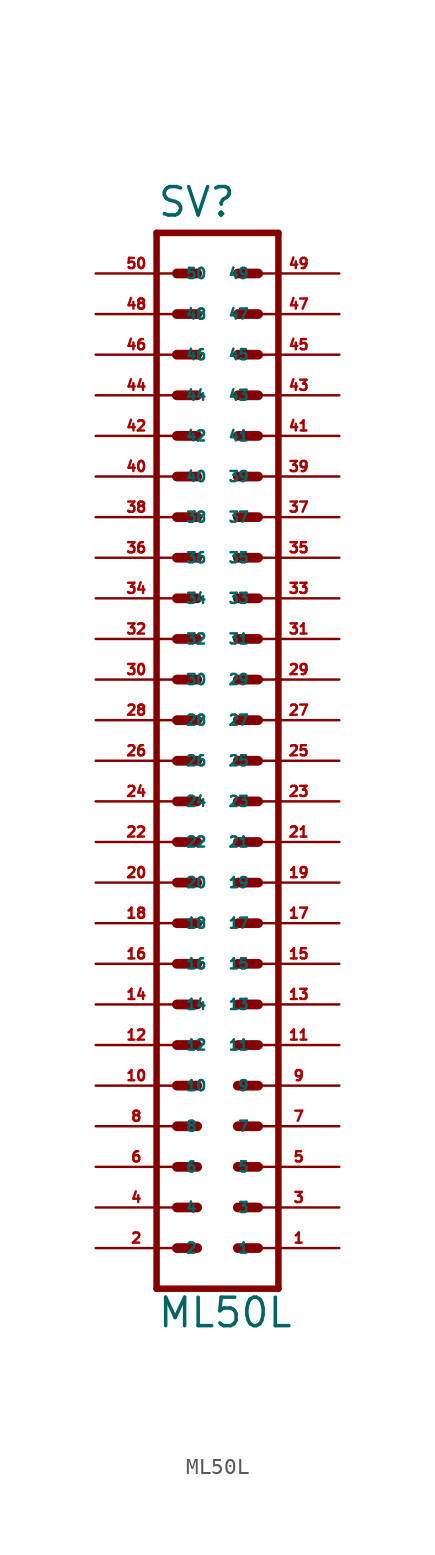
<source format=kicad_sym>
(kicad_symbol_lib
  (version 20220914)
  (generator Eagle2Kicad)
  (symbol "ML50L"
    (property "Reference" "SV"
      (at -3.81 33.909 0)
      (effects (font (size 1.778 1.778) (thickness 0.22)) (justify left bottom)))
    (property "Value" "ML50L"
      (at -3.81 -35.56 0)
      (effects (font (size 1.778 1.778) (thickness 0.22)) (justify left bottom)))
    (polyline
      (pts (xy 3.81 -33.02) (xy -3.81 -33.02))
      (stroke (width 0.406) (type default))
      (fill (type none)))
    (polyline
      (pts (xy -3.81 33.02) (xy -3.81 -33.02))
      (stroke (width 0.406) (type default))
      (fill (type none)))
    (polyline
      (pts (xy -3.81 33.02) (xy 3.81 33.02))
      (stroke (width 0.406) (type default))
      (fill (type none)))
    (polyline
      (pts (xy 3.81 -33.02) (xy 3.81 33.02))
      (stroke (width 0.406) (type default))
      (fill (type none)))
    (polyline
      (pts (xy 1.27 -20.32) (xy 2.54 -20.32))
      (stroke (width 0.61) (type default))
      (fill (type none)))
    (polyline
      (pts (xy 1.27 -22.86) (xy 2.54 -22.86))
      (stroke (width 0.61) (type default))
      (fill (type none)))
    (polyline
      (pts (xy 1.27 -25.4) (xy 2.54 -25.4))
      (stroke (width 0.61) (type default))
      (fill (type none)))
    (polyline
      (pts (xy 1.27 -27.94) (xy 2.54 -27.94))
      (stroke (width 0.61) (type default))
      (fill (type none)))
    (polyline
      (pts (xy 1.27 -30.48) (xy 2.54 -30.48))
      (stroke (width 0.61) (type default))
      (fill (type none)))
    (polyline
      (pts (xy -2.54 -20.32) (xy -1.27 -20.32))
      (stroke (width 0.61) (type default))
      (fill (type none)))
    (polyline
      (pts (xy -2.54 -22.86) (xy -1.27 -22.86))
      (stroke (width 0.61) (type default))
      (fill (type none)))
    (polyline
      (pts (xy -2.54 -25.4) (xy -1.27 -25.4))
      (stroke (width 0.61) (type default))
      (fill (type none)))
    (polyline
      (pts (xy -2.54 -27.94) (xy -1.27 -27.94))
      (stroke (width 0.61) (type default))
      (fill (type none)))
    (polyline
      (pts (xy -2.54 -30.48) (xy -1.27 -30.48))
      (stroke (width 0.61) (type default))
      (fill (type none)))
    (polyline
      (pts (xy 1.27 -17.78) (xy 2.54 -17.78))
      (stroke (width 0.61) (type default))
      (fill (type none)))
    (polyline
      (pts (xy 1.27 -15.24) (xy 2.54 -15.24))
      (stroke (width 0.61) (type default))
      (fill (type none)))
    (polyline
      (pts (xy 1.27 -12.7) (xy 2.54 -12.7))
      (stroke (width 0.61) (type default))
      (fill (type none)))
    (polyline
      (pts (xy 1.27 -10.16) (xy 2.54 -10.16))
      (stroke (width 0.61) (type default))
      (fill (type none)))
    (polyline
      (pts (xy 1.27 -7.62) (xy 2.54 -7.62))
      (stroke (width 0.61) (type default))
      (fill (type none)))
    (polyline
      (pts (xy -2.54 -17.78) (xy -1.27 -17.78))
      (stroke (width 0.61) (type default))
      (fill (type none)))
    (polyline
      (pts (xy -2.54 -15.24) (xy -1.27 -15.24))
      (stroke (width 0.61) (type default))
      (fill (type none)))
    (polyline
      (pts (xy -2.54 -12.7) (xy -1.27 -12.7))
      (stroke (width 0.61) (type default))
      (fill (type none)))
    (polyline
      (pts (xy -2.54 -10.16) (xy -1.27 -10.16))
      (stroke (width 0.61) (type default))
      (fill (type none)))
    (polyline
      (pts (xy -2.54 -7.62) (xy -1.27 -7.62))
      (stroke (width 0.61) (type default))
      (fill (type none)))
    (polyline
      (pts (xy 1.27 -5.08) (xy 2.54 -5.08))
      (stroke (width 0.61) (type default))
      (fill (type none)))
    (polyline
      (pts (xy 1.27 -2.54) (xy 2.54 -2.54))
      (stroke (width 0.61) (type default))
      (fill (type none)))
    (polyline
      (pts (xy 1.27 0) (xy 2.54 0))
      (stroke (width 0.61) (type default))
      (fill (type none)))
    (polyline
      (pts (xy -2.54 -5.08) (xy -1.27 -5.08))
      (stroke (width 0.61) (type default))
      (fill (type none)))
    (polyline
      (pts (xy -2.54 -2.54) (xy -1.27 -2.54))
      (stroke (width 0.61) (type default))
      (fill (type none)))
    (polyline
      (pts (xy -2.54 0) (xy -1.27 0))
      (stroke (width 0.61) (type default))
      (fill (type none)))
    (polyline
      (pts (xy 1.27 2.54) (xy 2.54 2.54))
      (stroke (width 0.61) (type default))
      (fill (type none)))
    (polyline
      (pts (xy 1.27 5.08) (xy 2.54 5.08))
      (stroke (width 0.61) (type default))
      (fill (type none)))
    (polyline
      (pts (xy 1.27 7.62) (xy 2.54 7.62))
      (stroke (width 0.61) (type default))
      (fill (type none)))
    (polyline
      (pts (xy 1.27 10.16) (xy 2.54 10.16))
      (stroke (width 0.61) (type default))
      (fill (type none)))
    (polyline
      (pts (xy 1.27 12.7) (xy 2.54 12.7))
      (stroke (width 0.61) (type default))
      (fill (type none)))
    (polyline
      (pts (xy 1.27 15.24) (xy 2.54 15.24))
      (stroke (width 0.61) (type default))
      (fill (type none)))
    (polyline
      (pts (xy 1.27 17.78) (xy 2.54 17.78))
      (stroke (width 0.61) (type default))
      (fill (type none)))
    (polyline
      (pts (xy -2.54 2.54) (xy -1.27 2.54))
      (stroke (width 0.61) (type default))
      (fill (type none)))
    (polyline
      (pts (xy -2.54 5.08) (xy -1.27 5.08))
      (stroke (width 0.61) (type default))
      (fill (type none)))
    (polyline
      (pts (xy -2.54 7.62) (xy -1.27 7.62))
      (stroke (width 0.61) (type default))
      (fill (type none)))
    (polyline
      (pts (xy -2.54 10.16) (xy -1.27 10.16))
      (stroke (width 0.61) (type default))
      (fill (type none)))
    (polyline
      (pts (xy -2.54 12.7) (xy -1.27 12.7))
      (stroke (width 0.61) (type default))
      (fill (type none)))
    (polyline
      (pts (xy -2.54 15.24) (xy -1.27 15.24))
      (stroke (width 0.61) (type default))
      (fill (type none)))
    (polyline
      (pts (xy -2.54 17.78) (xy -1.27 17.78))
      (stroke (width 0.61) (type default))
      (fill (type none)))
    (polyline
      (pts (xy -2.54 20.32) (xy -1.27 20.32))
      (stroke (width 0.61) (type default))
      (fill (type none)))
    (polyline
      (pts (xy -2.54 22.86) (xy -1.27 22.86))
      (stroke (width 0.61) (type default))
      (fill (type none)))
    (polyline
      (pts (xy -2.54 25.4) (xy -1.27 25.4))
      (stroke (width 0.61) (type default))
      (fill (type none)))
    (polyline
      (pts (xy 1.27 20.32) (xy 2.54 20.32))
      (stroke (width 0.61) (type default))
      (fill (type none)))
    (polyline
      (pts (xy 1.27 22.86) (xy 2.54 22.86))
      (stroke (width 0.61) (type default))
      (fill (type none)))
    (polyline
      (pts (xy 1.27 25.4) (xy 2.54 25.4))
      (stroke (width 0.61) (type default))
      (fill (type none)))
    (polyline
      (pts (xy -2.54 27.94) (xy -1.27 27.94))
      (stroke (width 0.61) (type default))
      (fill (type none)))
    (polyline
      (pts (xy -2.54 30.48) (xy -1.27 30.48))
      (stroke (width 0.61) (type default))
      (fill (type none)))
    (polyline
      (pts (xy 1.27 27.94) (xy 2.54 27.94))
      (stroke (width 0.61) (type default))
      (fill (type none)))
    (polyline
      (pts (xy 1.27 30.48) (xy 2.54 30.48))
      (stroke (width 0.61) (type default))
      (fill (type none)))
    (pin passive line
      (at 7.62 -30.48 180)
      (length 5.08)
      (name "1" (effects (font (size 0.635 0.635) (thickness 0.08)) (justify left bottom)))
      (number "1" (effects (font (size 0.635 0.635) (thickness 0.08)) (justify left bottom))))
    (pin passive line
      (at 7.62 -27.94 180)
      (length 5.08)
      (name "3" (effects (font (size 0.635 0.635) (thickness 0.08)) (justify left bottom)))
      (number "3" (effects (font (size 0.635 0.635) (thickness 0.08)) (justify left bottom))))
    (pin passive line
      (at 7.62 -25.4 180)
      (length 5.08)
      (name "5" (effects (font (size 0.635 0.635) (thickness 0.08)) (justify left bottom)))
      (number "5" (effects (font (size 0.635 0.635) (thickness 0.08)) (justify left bottom))))
    (pin passive line
      (at 7.62 -22.86 180)
      (length 5.08)
      (name "7" (effects (font (size 0.635 0.635) (thickness 0.08)) (justify left bottom)))
      (number "7" (effects (font (size 0.635 0.635) (thickness 0.08)) (justify left bottom))))
    (pin passive line
      (at 7.62 -20.32 180)
      (length 5.08)
      (name "9" (effects (font (size 0.635 0.635) (thickness 0.08)) (justify left bottom)))
      (number "9" (effects (font (size 0.635 0.635) (thickness 0.08)) (justify left bottom))))
    (pin passive line
      (at 7.62 -17.78 180)
      (length 5.08)
      (name "11" (effects (font (size 0.635 0.635) (thickness 0.08)) (justify left bottom)))
      (number "11" (effects (font (size 0.635 0.635) (thickness 0.08)) (justify left bottom))))
    (pin passive line
      (at 7.62 -15.24 180)
      (length 5.08)
      (name "13" (effects (font (size 0.635 0.635) (thickness 0.08)) (justify left bottom)))
      (number "13" (effects (font (size 0.635 0.635) (thickness 0.08)) (justify left bottom))))
    (pin passive line
      (at 7.62 -12.7 180)
      (length 5.08)
      (name "15" (effects (font (size 0.635 0.635) (thickness 0.08)) (justify left bottom)))
      (number "15" (effects (font (size 0.635 0.635) (thickness 0.08)) (justify left bottom))))
    (pin passive line
      (at 7.62 -10.16 180)
      (length 5.08)
      (name "17" (effects (font (size 0.635 0.635) (thickness 0.08)) (justify left bottom)))
      (number "17" (effects (font (size 0.635 0.635) (thickness 0.08)) (justify left bottom))))
    (pin passive line
      (at 7.62 -7.62 180)
      (length 5.08)
      (name "19" (effects (font (size 0.635 0.635) (thickness 0.08)) (justify left bottom)))
      (number "19" (effects (font (size 0.635 0.635) (thickness 0.08)) (justify left bottom))))
    (pin passive line
      (at 7.62 -5.08 180)
      (length 5.08)
      (name "21" (effects (font (size 0.635 0.635) (thickness 0.08)) (justify left bottom)))
      (number "21" (effects (font (size 0.635 0.635) (thickness 0.08)) (justify left bottom))))
    (pin passive line
      (at 7.62 -2.54 180)
      (length 5.08)
      (name "23" (effects (font (size 0.635 0.635) (thickness 0.08)) (justify left bottom)))
      (number "23" (effects (font (size 0.635 0.635) (thickness 0.08)) (justify left bottom))))
    (pin passive line
      (at 7.62 0 180)
      (length 5.08)
      (name "25" (effects (font (size 0.635 0.635) (thickness 0.08)) (justify left bottom)))
      (number "25" (effects (font (size 0.635 0.635) (thickness 0.08)) (justify left bottom))))
    (pin passive line
      (at 7.62 2.54 180)
      (length 5.08)
      (name "27" (effects (font (size 0.635 0.635) (thickness 0.08)) (justify left bottom)))
      (number "27" (effects (font (size 0.635 0.635) (thickness 0.08)) (justify left bottom))))
    (pin passive line
      (at 7.62 5.08 180)
      (length 5.08)
      (name "29" (effects (font (size 0.635 0.635) (thickness 0.08)) (justify left bottom)))
      (number "29" (effects (font (size 0.635 0.635) (thickness 0.08)) (justify left bottom))))
    (pin passive line
      (at 7.62 7.62 180)
      (length 5.08)
      (name "31" (effects (font (size 0.635 0.635) (thickness 0.08)) (justify left bottom)))
      (number "31" (effects (font (size 0.635 0.635) (thickness 0.08)) (justify left bottom))))
    (pin passive line
      (at 7.62 10.16 180)
      (length 5.08)
      (name "33" (effects (font (size 0.635 0.635) (thickness 0.08)) (justify left bottom)))
      (number "33" (effects (font (size 0.635 0.635) (thickness 0.08)) (justify left bottom))))
    (pin passive line
      (at 7.62 12.7 180)
      (length 5.08)
      (name "35" (effects (font (size 0.635 0.635) (thickness 0.08)) (justify left bottom)))
      (number "35" (effects (font (size 0.635 0.635) (thickness 0.08)) (justify left bottom))))
    (pin passive line
      (at 7.62 15.24 180)
      (length 5.08)
      (name "37" (effects (font (size 0.635 0.635) (thickness 0.08)) (justify left bottom)))
      (number "37" (effects (font (size 0.635 0.635) (thickness 0.08)) (justify left bottom))))
    (pin passive line
      (at 7.62 17.78 180)
      (length 5.08)
      (name "39" (effects (font (size 0.635 0.635) (thickness 0.08)) (justify left bottom)))
      (number "39" (effects (font (size 0.635 0.635) (thickness 0.08)) (justify left bottom))))
    (pin passive line
      (at -7.62 -30.48 0)
      (length 5.08)
      (name "2" (effects (font (size 0.635 0.635) (thickness 0.08)) (justify left bottom)))
      (number "2" (effects (font (size 0.635 0.635) (thickness 0.08)) (justify left bottom))))
    (pin passive line
      (at -7.62 -27.94 0)
      (length 5.08)
      (name "4" (effects (font (size 0.635 0.635) (thickness 0.08)) (justify left bottom)))
      (number "4" (effects (font (size 0.635 0.635) (thickness 0.08)) (justify left bottom))))
    (pin passive line
      (at -7.62 -25.4 0)
      (length 5.08)
      (name "6" (effects (font (size 0.635 0.635) (thickness 0.08)) (justify left bottom)))
      (number "6" (effects (font (size 0.635 0.635) (thickness 0.08)) (justify left bottom))))
    (pin passive line
      (at -7.62 -22.86 0)
      (length 5.08)
      (name "8" (effects (font (size 0.635 0.635) (thickness 0.08)) (justify left bottom)))
      (number "8" (effects (font (size 0.635 0.635) (thickness 0.08)) (justify left bottom))))
    (pin passive line
      (at -7.62 -20.32 0)
      (length 5.08)
      (name "10" (effects (font (size 0.635 0.635) (thickness 0.08)) (justify left bottom)))
      (number "10" (effects (font (size 0.635 0.635) (thickness 0.08)) (justify left bottom))))
    (pin passive line
      (at -7.62 -17.78 0)
      (length 5.08)
      (name "12" (effects (font (size 0.635 0.635) (thickness 0.08)) (justify left bottom)))
      (number "12" (effects (font (size 0.635 0.635) (thickness 0.08)) (justify left bottom))))
    (pin passive line
      (at -7.62 -15.24 0)
      (length 5.08)
      (name "14" (effects (font (size 0.635 0.635) (thickness 0.08)) (justify left bottom)))
      (number "14" (effects (font (size 0.635 0.635) (thickness 0.08)) (justify left bottom))))
    (pin passive line
      (at -7.62 -12.7 0)
      (length 5.08)
      (name "16" (effects (font (size 0.635 0.635) (thickness 0.08)) (justify left bottom)))
      (number "16" (effects (font (size 0.635 0.635) (thickness 0.08)) (justify left bottom))))
    (pin passive line
      (at -7.62 -10.16 0)
      (length 5.08)
      (name "18" (effects (font (size 0.635 0.635) (thickness 0.08)) (justify left bottom)))
      (number "18" (effects (font (size 0.635 0.635) (thickness 0.08)) (justify left bottom))))
    (pin passive line
      (at -7.62 -7.62 0)
      (length 5.08)
      (name "20" (effects (font (size 0.635 0.635) (thickness 0.08)) (justify left bottom)))
      (number "20" (effects (font (size 0.635 0.635) (thickness 0.08)) (justify left bottom))))
    (pin passive line
      (at -7.62 -5.08 0)
      (length 5.08)
      (name "22" (effects (font (size 0.635 0.635) (thickness 0.08)) (justify left bottom)))
      (number "22" (effects (font (size 0.635 0.635) (thickness 0.08)) (justify left bottom))))
    (pin passive line
      (at -7.62 -2.54 0)
      (length 5.08)
      (name "24" (effects (font (size 0.635 0.635) (thickness 0.08)) (justify left bottom)))
      (number "24" (effects (font (size 0.635 0.635) (thickness 0.08)) (justify left bottom))))
    (pin passive line
      (at -7.62 0 0)
      (length 5.08)
      (name "26" (effects (font (size 0.635 0.635) (thickness 0.08)) (justify left bottom)))
      (number "26" (effects (font (size 0.635 0.635) (thickness 0.08)) (justify left bottom))))
    (pin passive line
      (at -7.62 2.54 0)
      (length 5.08)
      (name "28" (effects (font (size 0.635 0.635) (thickness 0.08)) (justify left bottom)))
      (number "28" (effects (font (size 0.635 0.635) (thickness 0.08)) (justify left bottom))))
    (pin passive line
      (at -7.62 5.08 0)
      (length 5.08)
      (name "30" (effects (font (size 0.635 0.635) (thickness 0.08)) (justify left bottom)))
      (number "30" (effects (font (size 0.635 0.635) (thickness 0.08)) (justify left bottom))))
    (pin passive line
      (at -7.62 7.62 0)
      (length 5.08)
      (name "32" (effects (font (size 0.635 0.635) (thickness 0.08)) (justify left bottom)))
      (number "32" (effects (font (size 0.635 0.635) (thickness 0.08)) (justify left bottom))))
    (pin passive line
      (at -7.62 10.16 0)
      (length 5.08)
      (name "34" (effects (font (size 0.635 0.635) (thickness 0.08)) (justify left bottom)))
      (number "34" (effects (font (size 0.635 0.635) (thickness 0.08)) (justify left bottom))))
    (pin passive line
      (at -7.62 12.7 0)
      (length 5.08)
      (name "36" (effects (font (size 0.635 0.635) (thickness 0.08)) (justify left bottom)))
      (number "36" (effects (font (size 0.635 0.635) (thickness 0.08)) (justify left bottom))))
    (pin passive line
      (at -7.62 15.24 0)
      (length 5.08)
      (name "38" (effects (font (size 0.635 0.635) (thickness 0.08)) (justify left bottom)))
      (number "38" (effects (font (size 0.635 0.635) (thickness 0.08)) (justify left bottom))))
    (pin passive line
      (at -7.62 17.78 0)
      (length 5.08)
      (name "40" (effects (font (size 0.635 0.635) (thickness 0.08)) (justify left bottom)))
      (number "40" (effects (font (size 0.635 0.635) (thickness 0.08)) (justify left bottom))))
    (pin passive line
      (at 7.62 20.32 180)
      (length 5.08)
      (name "41" (effects (font (size 0.635 0.635) (thickness 0.08)) (justify left bottom)))
      (number "41" (effects (font (size 0.635 0.635) (thickness 0.08)) (justify left bottom))))
    (pin passive line
      (at 7.62 22.86 180)
      (length 5.08)
      (name "43" (effects (font (size 0.635 0.635) (thickness 0.08)) (justify left bottom)))
      (number "43" (effects (font (size 0.635 0.635) (thickness 0.08)) (justify left bottom))))
    (pin passive line
      (at 7.62 25.4 180)
      (length 5.08)
      (name "45" (effects (font (size 0.635 0.635) (thickness 0.08)) (justify left bottom)))
      (number "45" (effects (font (size 0.635 0.635) (thickness 0.08)) (justify left bottom))))
    (pin passive line
      (at 7.62 27.94 180)
      (length 5.08)
      (name "47" (effects (font (size 0.635 0.635) (thickness 0.08)) (justify left bottom)))
      (number "47" (effects (font (size 0.635 0.635) (thickness 0.08)) (justify left bottom))))
    (pin passive line
      (at 7.62 30.48 180)
      (length 5.08)
      (name "49" (effects (font (size 0.635 0.635) (thickness 0.08)) (justify left bottom)))
      (number "49" (effects (font (size 0.635 0.635) (thickness 0.08)) (justify left bottom))))
    (pin passive line
      (at -7.62 20.32 0)
      (length 5.08)
      (name "42" (effects (font (size 0.635 0.635) (thickness 0.08)) (justify left bottom)))
      (number "42" (effects (font (size 0.635 0.635) (thickness 0.08)) (justify left bottom))))
    (pin passive line
      (at -7.62 22.86 0)
      (length 5.08)
      (name "44" (effects (font (size 0.635 0.635) (thickness 0.08)) (justify left bottom)))
      (number "44" (effects (font (size 0.635 0.635) (thickness 0.08)) (justify left bottom))))
    (pin passive line
      (at -7.62 25.4 0)
      (length 5.08)
      (name "46" (effects (font (size 0.635 0.635) (thickness 0.08)) (justify left bottom)))
      (number "46" (effects (font (size 0.635 0.635) (thickness 0.08)) (justify left bottom))))
    (pin passive line
      (at -7.62 27.94 0)
      (length 5.08)
      (name "48" (effects (font (size 0.635 0.635) (thickness 0.08)) (justify left bottom)))
      (number "48" (effects (font (size 0.635 0.635) (thickness 0.08)) (justify left bottom))))
    (pin passive line
      (at -7.62 30.48 0)
      (length 5.08)
      (name "50" (effects (font (size 0.635 0.635) (thickness 0.08)) (justify left bottom)))
      (number "50" (effects (font (size 0.635 0.635) (thickness 0.08)) (justify left bottom))))))
</source>
